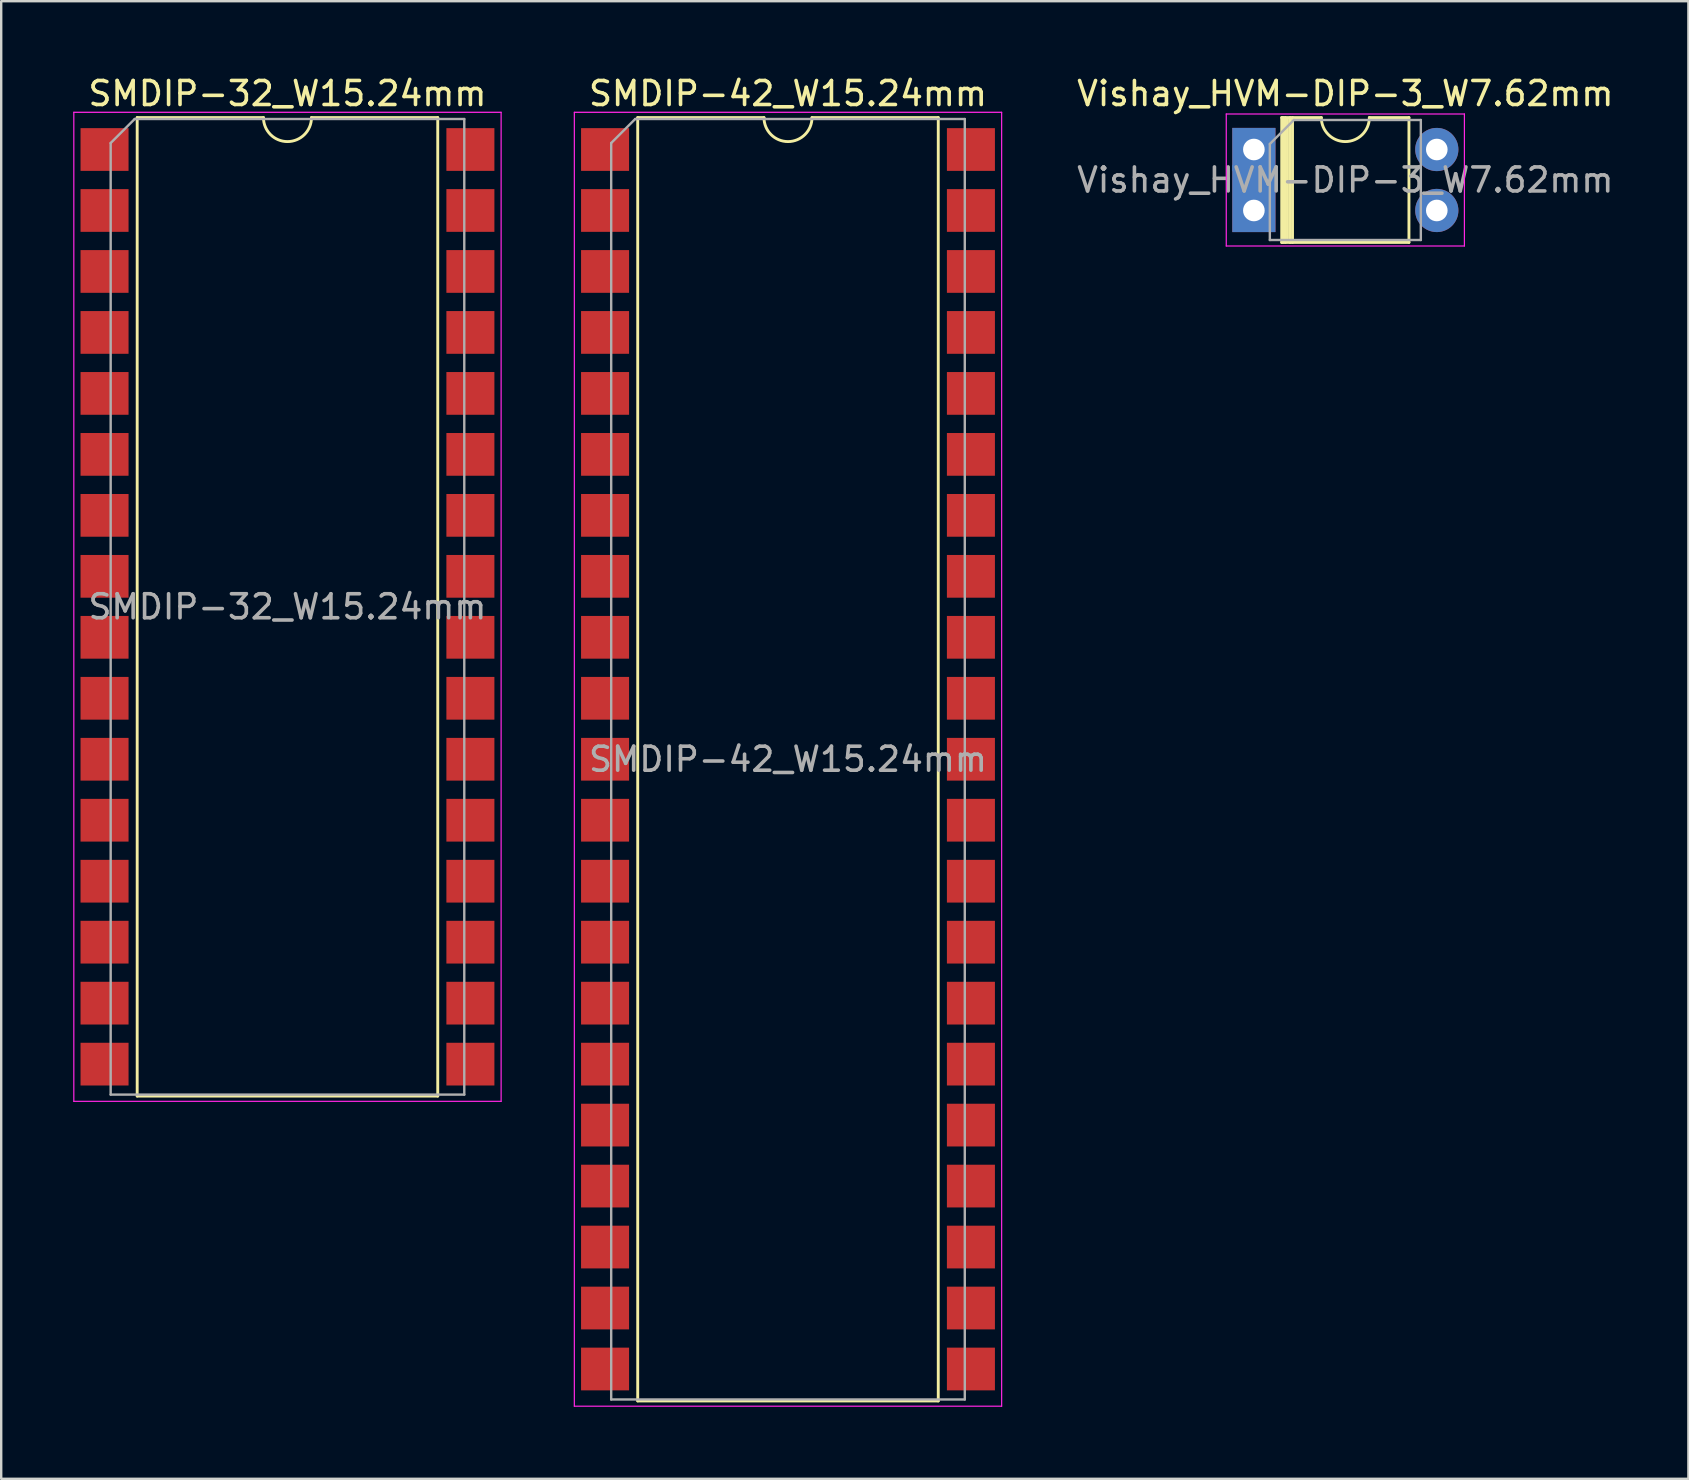
<source format=kicad_pcb>
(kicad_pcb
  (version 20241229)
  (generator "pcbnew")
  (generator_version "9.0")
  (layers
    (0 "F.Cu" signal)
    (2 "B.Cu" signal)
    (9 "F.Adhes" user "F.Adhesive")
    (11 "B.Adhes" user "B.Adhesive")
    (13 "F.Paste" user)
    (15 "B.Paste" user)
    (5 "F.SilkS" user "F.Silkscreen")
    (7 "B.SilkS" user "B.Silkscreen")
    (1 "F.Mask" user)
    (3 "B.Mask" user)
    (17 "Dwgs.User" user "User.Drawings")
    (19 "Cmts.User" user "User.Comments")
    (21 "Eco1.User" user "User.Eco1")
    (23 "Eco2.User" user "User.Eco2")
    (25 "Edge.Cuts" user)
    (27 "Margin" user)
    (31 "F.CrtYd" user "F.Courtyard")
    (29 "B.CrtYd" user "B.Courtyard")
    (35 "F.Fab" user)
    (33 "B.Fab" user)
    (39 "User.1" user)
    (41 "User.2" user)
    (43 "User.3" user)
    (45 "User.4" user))
  (footprint "Vishay_HVM-DIP-3_W7.62mm"
    (layer "F.Cu")
    (at 49.182 3.178)
    (property "Reference" "Vishay_HVM-DIP-3_W7.62mm" (at 3.81 -2.33 0) (layer "F.SilkS") (effects (font (size 1 1) (thickness 0.15))))
    (attr through_hole)
    (fp_line (start 1.16 -1.33) (end 1.16 3.87) (stroke (width 0.12) (type solid)) (layer "F.SilkS"))
    (fp_line (start 1.16 3.87) (end 6.46 3.87) (stroke (width 0.12) (type solid)) (layer "F.SilkS"))
    (fp_line (start 1.21 3.87) (end 1.21 -1.33) (stroke (width 0.12) (type solid)) (layer "F.SilkS"))
    (fp_line (start 1.31 -1.33) (end 1.31 3.87) (stroke (width 0.12) (type solid)) (layer "F.SilkS"))
    (fp_line (start 1.4 -1.3) (end 1.4 3.8) (stroke (width 0.12) (type solid)) (layer "F.SilkS"))
    (fp_line (start 1.51 -1.33) (end 1.51 3.87) (stroke (width 0.12) (type solid)) (layer "F.SilkS"))
    (fp_line (start 1.61 3.87) (end 1.61 -1.33) (stroke (width 0.12) (type solid)) (layer "F.SilkS"))
    (fp_line (start 2.81 -1.33) (end 1.16 -1.33) (stroke (width 0.12) (type solid)) (layer "F.SilkS"))
    (fp_line (start 6.46 -1.33) (end 4.81 -1.33) (stroke (width 0.12) (type solid)) (layer "F.SilkS"))
    (fp_line (start 6.46 3.87) (end 6.46 -1.33) (stroke (width 0.12) (type solid)) (layer "F.SilkS"))
    (fp_arc (start 4.81 -1.33) (mid 3.81 -0.33) (end 2.81 -1.33) (stroke (width 0.12) (type solid)) (layer "F.SilkS"))
    (fp_line (start -1.15 -1.48) (end -1.15 4.02) (stroke (width 0.05) (type solid)) (layer "F.CrtYd"))
    (fp_line (start -1.15 -1.48) (end 8.77 -1.48) (stroke (width 0.05) (type solid)) (layer "F.CrtYd"))
    (fp_line (start 8.77 4.02) (end -1.15 4.02) (stroke (width 0.05) (type solid)) (layer "F.CrtYd"))
    (fp_line (start 8.77 4.02) (end 8.77 -1.48) (stroke (width 0.05) (type solid)) (layer "F.CrtYd"))
    (fp_line (start 0.665 -0.23) (end 1.665 -1.23) (stroke (width 0.1) (type solid)) (layer "F.Fab"))
    (fp_line (start 0.665 3.77) (end 0.665 -0.23) (stroke (width 0.1) (type solid)) (layer "F.Fab"))
    (fp_line (start 1.665 -1.23) (end 6.955 -1.23) (stroke (width 0.1) (type solid)) (layer "F.Fab"))
    (fp_line (start 6.955 -1.23) (end 6.955 3.77) (stroke (width 0.1) (type solid)) (layer "F.Fab"))
    (fp_line (start 6.955 3.77) (end 0.665 3.77) (stroke (width 0.1) (type solid)) (layer "F.Fab"))
    (fp_text user "${REFERENCE}" (at 3.81 1.27 0) (layer "F.Fab") (effects (font (size 1 1) (thickness 0.15))))
    (pad "1" thru_hole rect (at 0 0) (size 1.8 1.8) (drill 0.9) (layers "*.Cu" "*.Mask"))
    (pad "1" thru_hole rect (at 0 2.54) (size 1.8 2.8) (drill 0.9 (offset 0 -0.5)) (layers "*.Cu" "*.Mask"))
    (pad "2" thru_hole oval (at 7.62 2.54) (size 1.8 1.8) (drill 0.9) (layers "*.Cu" "*.Mask"))
    (pad "3" thru_hole oval (at 7.62 0) (size 1.8 1.8) (drill 0.9) (layers "*.Cu" "*.Mask")))
  (footprint "SMDIP-42_W15.24mm"
    (layer "F.Cu")
    (at 29.775 28.578)
    (property "Reference" "SMDIP-42_W15.24mm" (at 0 -27.73 0) (layer "F.SilkS") (effects (font (size 1 1) (thickness 0.15))))
    (attr smd)
    (fp_line (start -6.26 -26.73) (end -6.26 26.73) (stroke (width 0.12) (type solid)) (layer "F.SilkS"))
    (fp_line (start -6.26 26.73) (end 6.26 26.73) (stroke (width 0.12) (type solid)) (layer "F.SilkS"))
    (fp_line (start -1 -26.73) (end -6.26 -26.73) (stroke (width 0.12) (type solid)) (layer "F.SilkS"))
    (fp_line (start 6.26 -26.73) (end 1 -26.73) (stroke (width 0.12) (type solid)) (layer "F.SilkS"))
    (fp_line (start 6.26 26.73) (end 6.26 -26.73) (stroke (width 0.12) (type solid)) (layer "F.SilkS"))
    (fp_arc (start 1 -26.73) (mid 0 -25.73) (end -1 -26.73) (stroke (width 0.12) (type solid)) (layer "F.SilkS"))
    (fp_line (start -8.9 -26.95) (end -8.9 26.95) (stroke (width 0.05) (type solid)) (layer "F.CrtYd"))
    (fp_line (start -8.9 26.95) (end 8.9 26.95) (stroke (width 0.05) (type solid)) (layer "F.CrtYd"))
    (fp_line (start 8.9 -26.95) (end -8.9 -26.95) (stroke (width 0.05) (type solid)) (layer "F.CrtYd"))
    (fp_line (start 8.9 26.95) (end 8.9 -26.95) (stroke (width 0.05) (type solid)) (layer "F.CrtYd"))
    (fp_line (start -7.365 -25.67) (end -6.365 -26.67) (stroke (width 0.1) (type solid)) (layer "F.Fab"))
    (fp_line (start -7.365 26.67) (end -7.365 -25.67) (stroke (width 0.1) (type solid)) (layer "F.Fab"))
    (fp_line (start -6.365 -26.67) (end 7.365 -26.67) (stroke (width 0.1) (type solid)) (layer "F.Fab"))
    (fp_line (start 7.365 -26.67) (end 7.365 26.67) (stroke (width 0.1) (type solid)) (layer "F.Fab"))
    (fp_line (start 7.365 26.67) (end -7.365 26.67) (stroke (width 0.1) (type solid)) (layer "F.Fab"))
    (fp_text user "${REFERENCE}" (at 0 0 0) (layer "F.Fab") (effects (font (size 1 1) (thickness 0.15))))
    (pad "1" smd rect (at -7.62 -25.4) (size 2 1.78) (layers "F.Cu" "F.Mask" "F.Paste"))
    (pad "2" smd rect (at -7.62 -22.86) (size 2 1.78) (layers "F.Cu" "F.Mask" "F.Paste"))
    (pad "3" smd rect (at -7.62 -20.32) (size 2 1.78) (layers "F.Cu" "F.Mask" "F.Paste"))
    (pad "4" smd rect (at -7.62 -17.78) (size 2 1.78) (layers "F.Cu" "F.Mask" "F.Paste"))
    (pad "5" smd rect (at -7.62 -15.24) (size 2 1.78) (layers "F.Cu" "F.Mask" "F.Paste"))
    (pad "6" smd rect (at -7.62 -12.7) (size 2 1.78) (layers "F.Cu" "F.Mask" "F.Paste"))
    (pad "7" smd rect (at -7.62 -10.16) (size 2 1.78) (layers "F.Cu" "F.Mask" "F.Paste"))
    (pad "8" smd rect (at -7.62 -7.62) (size 2 1.78) (layers "F.Cu" "F.Mask" "F.Paste"))
    (pad "9" smd rect (at -7.62 -5.08) (size 2 1.78) (layers "F.Cu" "F.Mask" "F.Paste"))
    (pad "10" smd rect (at -7.62 -2.54) (size 2 1.78) (layers "F.Cu" "F.Mask" "F.Paste"))
    (pad "11" smd rect (at -7.62 0) (size 2 1.78) (layers "F.Cu" "F.Mask" "F.Paste"))
    (pad "12" smd rect (at -7.62 2.54) (size 2 1.78) (layers "F.Cu" "F.Mask" "F.Paste"))
    (pad "13" smd rect (at -7.62 5.08) (size 2 1.78) (layers "F.Cu" "F.Mask" "F.Paste"))
    (pad "14" smd rect (at -7.62 7.62) (size 2 1.78) (layers "F.Cu" "F.Mask" "F.Paste"))
    (pad "15" smd rect (at -7.62 10.16) (size 2 1.78) (layers "F.Cu" "F.Mask" "F.Paste"))
    (pad "16" smd rect (at -7.62 12.7) (size 2 1.78) (layers "F.Cu" "F.Mask" "F.Paste"))
    (pad "17" smd rect (at -7.62 15.24) (size 2 1.78) (layers "F.Cu" "F.Mask" "F.Paste"))
    (pad "18" smd rect (at -7.62 17.78) (size 2 1.78) (layers "F.Cu" "F.Mask" "F.Paste"))
    (pad "19" smd rect (at -7.62 20.32) (size 2 1.78) (layers "F.Cu" "F.Mask" "F.Paste"))
    (pad "20" smd rect (at -7.62 22.86) (size 2 1.78) (layers "F.Cu" "F.Mask" "F.Paste"))
    (pad "21" smd rect (at -7.62 25.4) (size 2 1.78) (layers "F.Cu" "F.Mask" "F.Paste"))
    (pad "22" smd rect (at 7.62 25.4) (size 2 1.78) (layers "F.Cu" "F.Mask" "F.Paste"))
    (pad "23" smd rect (at 7.62 22.86) (size 2 1.78) (layers "F.Cu" "F.Mask" "F.Paste"))
    (pad "24" smd rect (at 7.62 20.32) (size 2 1.78) (layers "F.Cu" "F.Mask" "F.Paste"))
    (pad "25" smd rect (at 7.62 17.78) (size 2 1.78) (layers "F.Cu" "F.Mask" "F.Paste"))
    (pad "26" smd rect (at 7.62 15.24) (size 2 1.78) (layers "F.Cu" "F.Mask" "F.Paste"))
    (pad "27" smd rect (at 7.62 12.7) (size 2 1.78) (layers "F.Cu" "F.Mask" "F.Paste"))
    (pad "28" smd rect (at 7.62 10.16) (size 2 1.78) (layers "F.Cu" "F.Mask" "F.Paste"))
    (pad "29" smd rect (at 7.62 7.62) (size 2 1.78) (layers "F.Cu" "F.Mask" "F.Paste"))
    (pad "30" smd rect (at 7.62 5.08) (size 2 1.78) (layers "F.Cu" "F.Mask" "F.Paste"))
    (pad "31" smd rect (at 7.62 2.54) (size 2 1.78) (layers "F.Cu" "F.Mask" "F.Paste"))
    (pad "32" smd rect (at 7.62 0) (size 2 1.78) (layers "F.Cu" "F.Mask" "F.Paste"))
    (pad "33" smd rect (at 7.62 -2.54) (size 2 1.78) (layers "F.Cu" "F.Mask" "F.Paste"))
    (pad "34" smd rect (at 7.62 -5.08) (size 2 1.78) (layers "F.Cu" "F.Mask" "F.Paste"))
    (pad "35" smd rect (at 7.62 -7.62) (size 2 1.78) (layers "F.Cu" "F.Mask" "F.Paste"))
    (pad "36" smd rect (at 7.62 -10.16) (size 2 1.78) (layers "F.Cu" "F.Mask" "F.Paste"))
    (pad "37" smd rect (at 7.62 -12.7) (size 2 1.78) (layers "F.Cu" "F.Mask" "F.Paste"))
    (pad "38" smd rect (at 7.62 -15.24) (size 2 1.78) (layers "F.Cu" "F.Mask" "F.Paste"))
    (pad "39" smd rect (at 7.62 -17.78) (size 2 1.78) (layers "F.Cu" "F.Mask" "F.Paste"))
    (pad "40" smd rect (at 7.62 -20.32) (size 2 1.78) (layers "F.Cu" "F.Mask" "F.Paste"))
    (pad "41" smd rect (at 7.62 -22.86) (size 2 1.78) (layers "F.Cu" "F.Mask" "F.Paste"))
    (pad "42" smd rect (at 7.62 -25.4) (size 2 1.78) (layers "F.Cu" "F.Mask" "F.Paste")))
  (footprint "SMDIP-32_W15.24mm"
    (layer "F.Cu")
    (at 8.925 22.228)
    (property "Reference" "SMDIP-32_W15.24mm" (at 0 -21.38 0) (layer "F.SilkS") (effects (font (size 1 1) (thickness 0.15))))
    (attr smd)
    (fp_line (start -6.26 -20.38) (end -6.26 20.38) (stroke (width 0.12) (type solid)) (layer "F.SilkS"))
    (fp_line (start -6.26 20.38) (end 6.26 20.38) (stroke (width 0.12) (type solid)) (layer "F.SilkS"))
    (fp_line (start -1 -20.38) (end -6.26 -20.38) (stroke (width 0.12) (type solid)) (layer "F.SilkS"))
    (fp_line (start 6.26 -20.38) (end 1 -20.38) (stroke (width 0.12) (type solid)) (layer "F.SilkS"))
    (fp_line (start 6.26 20.38) (end 6.26 -20.38) (stroke (width 0.12) (type solid)) (layer "F.SilkS"))
    (fp_arc (start 1 -20.38) (mid 0 -19.38) (end -1 -20.38) (stroke (width 0.12) (type solid)) (layer "F.SilkS"))
    (fp_line (start -8.9 -20.6) (end -8.9 20.6) (stroke (width 0.05) (type solid)) (layer "F.CrtYd"))
    (fp_line (start -8.9 20.6) (end 8.9 20.6) (stroke (width 0.05) (type solid)) (layer "F.CrtYd"))
    (fp_line (start 8.9 -20.6) (end -8.9 -20.6) (stroke (width 0.05) (type solid)) (layer "F.CrtYd"))
    (fp_line (start 8.9 20.6) (end 8.9 -20.6) (stroke (width 0.05) (type solid)) (layer "F.CrtYd"))
    (fp_line (start -7.365 -19.32) (end -6.365 -20.32) (stroke (width 0.1) (type solid)) (layer "F.Fab"))
    (fp_line (start -7.365 20.32) (end -7.365 -19.32) (stroke (width 0.1) (type solid)) (layer "F.Fab"))
    (fp_line (start -6.365 -20.32) (end 7.365 -20.32) (stroke (width 0.1) (type solid)) (layer "F.Fab"))
    (fp_line (start 7.365 -20.32) (end 7.365 20.32) (stroke (width 0.1) (type solid)) (layer "F.Fab"))
    (fp_line (start 7.365 20.32) (end -7.365 20.32) (stroke (width 0.1) (type solid)) (layer "F.Fab"))
    (fp_text user "${REFERENCE}" (at 0 0 0) (layer "F.Fab") (effects (font (size 1 1) (thickness 0.15))))
    (pad "1" smd rect (at -7.62 -19.05) (size 2 1.78) (layers "F.Cu" "F.Mask" "F.Paste"))
    (pad "2" smd rect (at -7.62 -16.51) (size 2 1.78) (layers "F.Cu" "F.Mask" "F.Paste"))
    (pad "3" smd rect (at -7.62 -13.97) (size 2 1.78) (layers "F.Cu" "F.Mask" "F.Paste"))
    (pad "4" smd rect (at -7.62 -11.43) (size 2 1.78) (layers "F.Cu" "F.Mask" "F.Paste"))
    (pad "5" smd rect (at -7.62 -8.89) (size 2 1.78) (layers "F.Cu" "F.Mask" "F.Paste"))
    (pad "6" smd rect (at -7.62 -6.35) (size 2 1.78) (layers "F.Cu" "F.Mask" "F.Paste"))
    (pad "7" smd rect (at -7.62 -3.81) (size 2 1.78) (layers "F.Cu" "F.Mask" "F.Paste"))
    (pad "8" smd rect (at -7.62 -1.27) (size 2 1.78) (layers "F.Cu" "F.Mask" "F.Paste"))
    (pad "9" smd rect (at -7.62 1.27) (size 2 1.78) (layers "F.Cu" "F.Mask" "F.Paste"))
    (pad "10" smd rect (at -7.62 3.81) (size 2 1.78) (layers "F.Cu" "F.Mask" "F.Paste"))
    (pad "11" smd rect (at -7.62 6.35) (size 2 1.78) (layers "F.Cu" "F.Mask" "F.Paste"))
    (pad "12" smd rect (at -7.62 8.89) (size 2 1.78) (layers "F.Cu" "F.Mask" "F.Paste"))
    (pad "13" smd rect (at -7.62 11.43) (size 2 1.78) (layers "F.Cu" "F.Mask" "F.Paste"))
    (pad "14" smd rect (at -7.62 13.97) (size 2 1.78) (layers "F.Cu" "F.Mask" "F.Paste"))
    (pad "15" smd rect (at -7.62 16.51) (size 2 1.78) (layers "F.Cu" "F.Mask" "F.Paste"))
    (pad "16" smd rect (at -7.62 19.05) (size 2 1.78) (layers "F.Cu" "F.Mask" "F.Paste"))
    (pad "17" smd rect (at 7.62 19.05) (size 2 1.78) (layers "F.Cu" "F.Mask" "F.Paste"))
    (pad "18" smd rect (at 7.62 16.51) (size 2 1.78) (layers "F.Cu" "F.Mask" "F.Paste"))
    (pad "19" smd rect (at 7.62 13.97) (size 2 1.78) (layers "F.Cu" "F.Mask" "F.Paste"))
    (pad "20" smd rect (at 7.62 11.43) (size 2 1.78) (layers "F.Cu" "F.Mask" "F.Paste"))
    (pad "21" smd rect (at 7.62 8.89) (size 2 1.78) (layers "F.Cu" "F.Mask" "F.Paste"))
    (pad "22" smd rect (at 7.62 6.35) (size 2 1.78) (layers "F.Cu" "F.Mask" "F.Paste"))
    (pad "23" smd rect (at 7.62 3.81) (size 2 1.78) (layers "F.Cu" "F.Mask" "F.Paste"))
    (pad "24" smd rect (at 7.62 1.27) (size 2 1.78) (layers "F.Cu" "F.Mask" "F.Paste"))
    (pad "25" smd rect (at 7.62 -1.27) (size 2 1.78) (layers "F.Cu" "F.Mask" "F.Paste"))
    (pad "26" smd rect (at 7.62 -3.81) (size 2 1.78) (layers "F.Cu" "F.Mask" "F.Paste"))
    (pad "27" smd rect (at 7.62 -6.35) (size 2 1.78) (layers "F.Cu" "F.Mask" "F.Paste"))
    (pad "28" smd rect (at 7.62 -8.89) (size 2 1.78) (layers "F.Cu" "F.Mask" "F.Paste"))
    (pad "29" smd rect (at 7.62 -11.43) (size 2 1.78) (layers "F.Cu" "F.Mask" "F.Paste"))
    (pad "30" smd rect (at 7.62 -13.97) (size 2 1.78) (layers "F.Cu" "F.Mask" "F.Paste"))
    (pad "31" smd rect (at 7.62 -16.51) (size 2 1.78) (layers "F.Cu" "F.Mask" "F.Paste"))
    (pad "32" smd rect (at 7.62 -19.05) (size 2 1.78) (layers "F.Cu" "F.Mask" "F.Paste")))
  (gr_rect
    (start -3 -3)
    (end 67.283 58.553)
    (stroke (width 0.1) (type default))
    (fill no)
    (layer "Edge.Cuts")))
</source>
